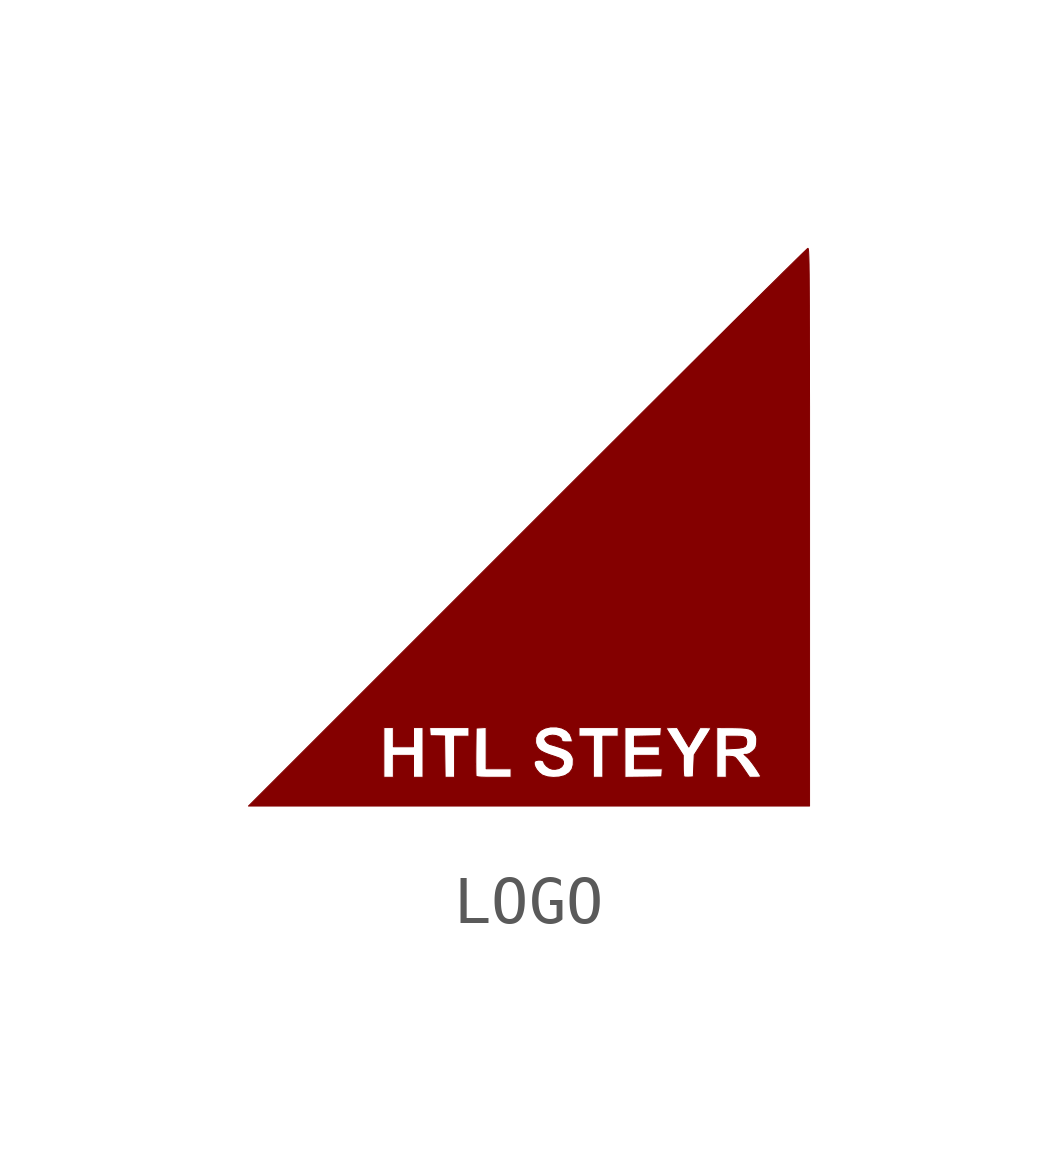
<source format=kicad_sym>
(kicad_symbol_lib
  (version 20220914)
  (generator "bitmap2component")
  (generator_version "8.0")
  (symbol "LOGO"
    (pin_names
      (offset 1.016))
    (property "Reference" "#G"
      (at 0 5.665 0)
      (effects (font (size 1.27 1.27)) hide))
    (symbol "LOGO_0_0"
      (polyline (pts (xy 6.38 0.488) (xy 6.38 0.525) (xy 6.38 1.093) (xy 6.38 1.623) (xy 6.38 2.116) (xy 6.38 2.572) (xy 6.38 2.995) (xy 6.379 3.385) (xy 6.379 3.742) (xy 6.379 4.069) (xy 6.378 4.368) (xy 6.378 4.638) (xy 6.377 4.883) (xy 6.377 5.102) (xy 6.376 5.297) (xy 6.375 5.47) (xy 6.374 5.622) (xy 6.373 5.755) (xy 6.371 5.869) (xy 6.37 5.966) (xy 6.368 6.048) (xy 6.366 6.115) (xy 6.364 6.169) (xy 6.362 6.212) (xy 6.36 6.245) (xy 6.357 6.268) (xy 6.355 6.284) (xy 6.352 6.294) (xy 6.348 6.299) (xy 6.345 6.3) (xy 6.345 6.3) (xy 6.326 6.284) (xy 6.281 6.241) (xy 6.209 6.172) (xy 6.111 6.076) (xy 5.989 5.956) (xy 5.842 5.812) (xy 5.673 5.644) (xy 5.481 5.455) (xy 5.268 5.244) (xy 5.034 5.011) (xy 4.78 4.76) (xy 4.508 4.489) (xy 4.217 4.2) (xy 3.909 3.893) (xy 3.585 3.57) (xy 3.245 3.231) (xy 2.89 2.877) (xy 2.522 2.51) (xy 2.14 2.128) (xy 1.746 1.735) (xy 1.34 1.33) (xy 0.924 0.914) (xy 0.498 0.488) (xy -4.715 -4.725) (xy -2.492 -4.725) (xy -2.492 -4.207) (xy -2.492 -3.688) (xy -2.393 -3.688) (xy -2.293 -3.688) (xy -2.293 -3.888) (xy -2.293 -4.087) (xy -2.083 -4.087) (xy -1.874 -4.087) (xy -1.874 -3.888) (xy -1.874 -3.688) (xy -1.774 -3.688) (xy -1.675 -3.688) (xy -1.538 -3.688) (xy -1.128 -3.688) (xy -0.718 -3.688) (xy -0.718 -3.778) (xy -0.718 -3.868) (xy -0.867 -3.868) (xy -1.017 -3.868) (xy -1.017 -4.296) (xy -1.017 -4.447) (xy -0.575 -4.447) (xy -0.575 -4.323) (xy -0.574 -4.186) (xy -0.568 -3.698) (xy -0.464 -3.692) (xy -0.359 -3.686) (xy -0.359 -4.116) (xy -0.359 -4.453) (xy 0.642 -4.453) (xy 0.643 -4.406) (xy 0.669 -4.378) (xy 0.671 -4.378) (xy 0.723 -4.367) (xy 0.777 -4.367) (xy 0.82 -4.376) (xy 0.837 -4.395) (xy 0.853 -4.44) (xy 0.895 -4.49) (xy 0.953 -4.532) (xy 1.015 -4.555) (xy 1.079 -4.558) (xy 1.157 -4.542) (xy 1.216 -4.505) (xy 1.248 -4.454) (xy 1.253 -4.432) (xy 1.249 -4.388) (xy 1.222 -4.353) (xy 1.165 -4.322) (xy 1.075 -4.29) (xy 0.953 -4.25) (xy 0.853 -4.21) (xy 0.78 -4.172) (xy 0.731 -4.131) (xy 0.698 -4.083) (xy 0.677 -4.025) (xy 0.67 -3.993) (xy 0.673 -3.897) (xy 0.709 -3.815) (xy 0.774 -3.748) (xy 0.866 -3.7) (xy 0.978 -3.674) (xy 1.109 -3.674) (xy 1.174 -3.688) (xy 1.575 -3.688) (xy 1.984 -3.688) (xy 2.392 -3.688) (xy 2.392 -3.778) (xy 2.392 -3.868) (xy 2.233 -3.868) (xy 2.073 -3.868) (xy 2.073 -4.296) (xy 2.073 -4.725) (xy 1.974 -4.725) (xy 1.874 -4.725) (xy 1.874 -4.296) (xy 1.874 -3.868) (xy 1.724 -3.868) (xy 1.575 -3.868) (xy 1.575 -3.778) (xy 1.575 -3.688) (xy 1.174 -3.688) (xy 1.221 -3.699) (xy 1.32 -3.75) (xy 1.39 -3.825) (xy 1.428 -3.923) (xy 1.44 -3.987) (xy 1.328 -3.987) (xy 1.289 -3.987) (xy 1.242 -3.983) (xy 1.221 -3.971) (xy 1.216 -3.949) (xy 1.201 -3.909) (xy 1.157 -3.875) (xy 1.094 -3.853) (xy 1.023 -3.846) (xy 0.953 -3.856) (xy 0.895 -3.885) (xy 0.867 -3.912) (xy 0.862 -3.936) (xy 0.883 -3.973) (xy 0.917 -4.011) (xy 0.961 -4.037) (xy 1.069 -4.068) (xy 1.179 -4.103) (xy 1.26 -4.132) (xy 1.32 -4.16) (xy 1.363 -4.189) (xy 1.396 -4.22) (xy 1.41 -4.237) (xy 1.443 -4.294) (xy 1.458 -4.342) (xy 1.458 -4.345) (xy 1.455 -4.465) (xy 1.429 -4.556) (xy 1.377 -4.626) (xy 1.296 -4.68) (xy 1.267 -4.693) (xy 1.16 -4.72) (xy 1.061 -4.726) (xy 2.532 -4.726) (xy 2.532 -4.207) (xy 2.532 -3.688) (xy 2.912 -3.688) (xy 3.292 -3.688) (xy 3.291 -3.698) (xy 3.389 -3.698) (xy 3.402 -3.694) (xy 3.444 -3.69) (xy 3.507 -3.688) (xy 3.624 -3.688) (xy 3.744 -3.89) (xy 3.864 -4.093) (xy 3.981 -3.891) (xy 4.097 -3.689) (xy 4.212 -3.689) (xy 4.261 -3.69) (xy 4.308 -3.693) (xy 4.326 -3.699) (xy 4.322 -3.708) (xy 4.299 -3.747) (xy 4.261 -3.81) (xy 4.21 -3.89) (xy 4.152 -3.983) (xy 3.977 -4.257) (xy 3.967 -4.486) (xy 3.958 -4.715) (xy 3.867 -4.721) (xy 3.841 -4.722) (xy 3.789 -4.72) (xy 3.762 -4.713) (xy 3.758 -4.696) (xy 3.753 -4.646) (xy 3.749 -4.572) (xy 3.748 -4.483) (xy 3.748 -4.267) (xy 3.569 -3.987) (xy 3.525 -3.918) (xy 3.471 -3.833) (xy 3.428 -3.764) (xy 3.4 -3.717) (xy 3.389 -3.698) (xy 3.291 -3.698) (xy 3.286 -3.773) (xy 3.28 -3.858) (xy 3.006 -3.863) (xy 2.731 -3.869) (xy 2.731 -3.978) (xy 2.731 -4.087) (xy 2.99 -4.087) (xy 3.25 -4.087) (xy 3.25 -4.177) (xy 3.25 -4.267) (xy 2.99 -4.267) (xy 2.731 -4.267) (xy 2.731 -4.406) (xy 2.731 -4.546) (xy 3.022 -4.546) (xy 3.312 -4.546) (xy 3.306 -4.63) (xy 3.3 -4.715) (xy 2.916 -4.721) (xy 2.596 -4.725) (xy 4.446 -4.725) (xy 4.446 -4.207) (xy 4.446 -3.688) (xy 4.75 -3.689) (xy 4.822 -3.69) (xy 4.949 -3.694) (xy 5.045 -3.702) (xy 5.115 -3.716) (xy 5.168 -3.737) (xy 5.207 -3.767) (xy 5.239 -3.808) (xy 5.249 -3.822) (xy 5.272 -3.869) (xy 5.281 -3.921) (xy 5.279 -3.995) (xy 5.275 -4.04) (xy 5.263 -4.095) (xy 5.24 -4.136) (xy 5.197 -4.18) (xy 5.194 -4.183) (xy 5.128 -4.23) (xy 5.069 -4.247) (xy 5.014 -4.247) (xy 5.089 -4.316) (xy 5.091 -4.317) (xy 5.128 -4.358) (xy 5.176 -4.418) (xy 5.228 -4.489) (xy 5.278 -4.562) (xy 5.321 -4.629) (xy 5.352 -4.681) (xy 5.363 -4.71) (xy 5.351 -4.717) (xy 5.309 -4.723) (xy 5.247 -4.725) (xy 5.131 -4.725) (xy 4.996 -4.526) (xy 4.942 -4.448) (xy 4.891 -4.38) (xy 4.849 -4.33) (xy 4.824 -4.306) (xy 4.822 -4.305) (xy 4.776 -4.292) (xy 4.716 -4.287) (xy 4.645 -4.287) (xy 4.645 -4.506) (xy 4.645 -4.725) (xy 4.546 -4.725) (xy 4.446 -4.725) (xy 2.596 -4.725) (xy 2.532 -4.726) (xy 1.061 -4.726) (xy 1.039 -4.727) (xy 0.921 -4.715) (xy 0.822 -4.683) (xy 0.809 -4.676) (xy 0.749 -4.631) (xy 0.699 -4.574) (xy 0.661 -4.512) (xy 0.642 -4.453) (xy -0.359 -4.453) (xy -0.359 -4.546) (xy -0.1 -4.546) (xy 0.16 -4.546) (xy 0.16 -4.635) (xy 0.16 -4.725) (xy -0.2 -4.725) (xy -0.236 -4.725) (xy -0.364 -4.724) (xy -0.457 -4.721) (xy -0.519 -4.716) (xy -0.555 -4.709) (xy -0.569 -4.7) (xy -0.571 -4.685) (xy -0.573 -4.633) (xy -0.574 -4.552) (xy -0.575 -4.447) (xy -1.017 -4.447) (xy -1.017 -4.725) (xy -1.116 -4.725) (xy -1.215 -4.725) (xy -1.221 -4.294) (xy -1.226 -3.863) (xy -1.376 -3.86) (xy -1.525 -3.858) (xy -1.531 -3.773) (xy -1.538 -3.688) (xy -1.675 -3.688) (xy -1.675 -4.207) (xy -1.675 -4.725) (xy -1.774 -4.725) (xy -1.874 -4.725) (xy -1.874 -4.496) (xy -1.874 -4.267) (xy -2.083 -4.267) (xy -2.293 -4.267) (xy -2.293 -4.496) (xy -2.293 -4.725) (xy -2.393 -4.725) (xy -2.492 -4.725) (xy -4.715 -4.725) (xy -5.313 -5.323) (xy 0.533 -5.323) (xy 6.38 -5.323) (xy 6.38 0.488)) (stroke (width 0.01) (type default)) (fill (type outline)))
      (polyline (pts (xy 4.825 -4.123) (xy 4.919 -4.116) (xy 4.994 -4.102) (xy 5.041 -4.079) (xy 5.064 -4.042) (xy 5.071 -3.99) (xy 5.071 -3.979) (xy 5.064 -3.931) (xy 5.044 -3.898) (xy 5.002 -3.879) (xy 4.934 -3.87) (xy 4.832 -3.868) (xy 4.645 -3.868) (xy 4.645 -4) (xy 4.645 -4.132) (xy 4.825 -4.123)) (stroke (width 0.01) (type default)) (fill (type outline))))))
</source>
